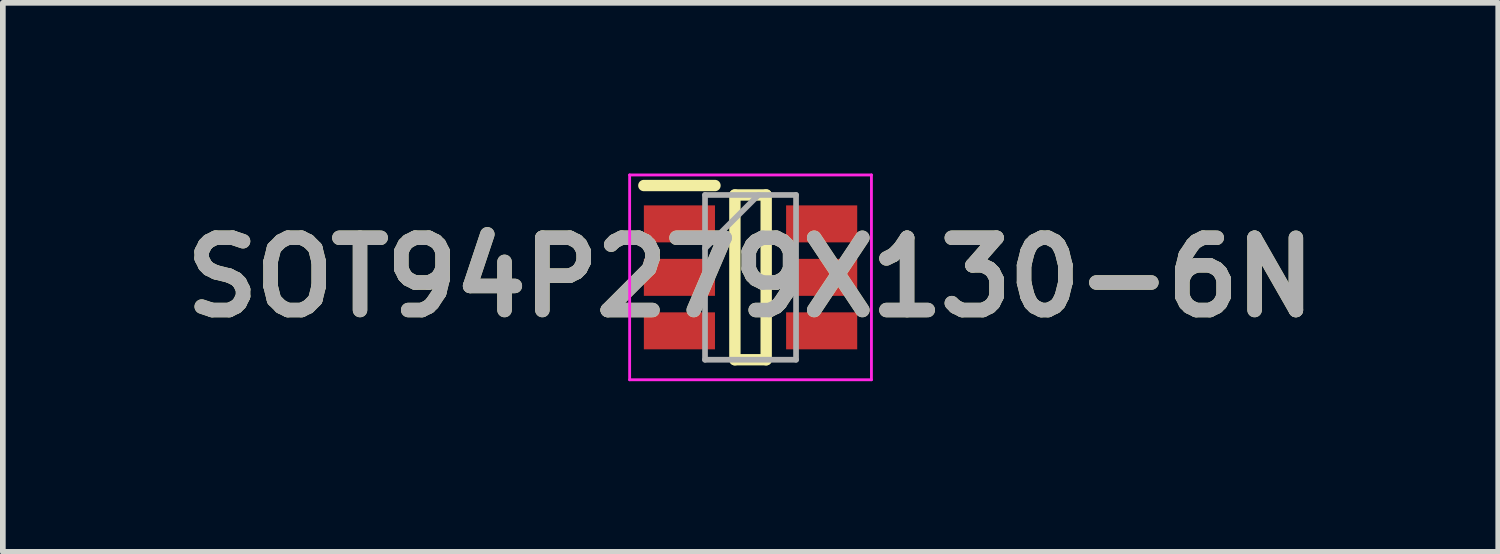
<source format=kicad_pcb>
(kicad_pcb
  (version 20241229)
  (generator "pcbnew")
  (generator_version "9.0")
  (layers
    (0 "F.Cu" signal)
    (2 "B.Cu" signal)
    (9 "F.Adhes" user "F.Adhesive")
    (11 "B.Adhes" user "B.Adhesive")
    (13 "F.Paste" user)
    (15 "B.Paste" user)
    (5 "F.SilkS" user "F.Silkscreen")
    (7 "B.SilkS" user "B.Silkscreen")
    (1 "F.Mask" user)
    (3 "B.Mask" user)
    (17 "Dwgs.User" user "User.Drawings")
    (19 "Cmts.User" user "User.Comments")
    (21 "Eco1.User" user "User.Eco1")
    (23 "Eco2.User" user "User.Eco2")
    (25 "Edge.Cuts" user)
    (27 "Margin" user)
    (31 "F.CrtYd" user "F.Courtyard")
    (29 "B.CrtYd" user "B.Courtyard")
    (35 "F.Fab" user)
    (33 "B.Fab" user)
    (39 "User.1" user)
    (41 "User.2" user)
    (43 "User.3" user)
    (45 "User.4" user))
  (footprint "SOT94P279X130-6N"
    (layer "F.Cu")
    (at 10.142 1.825)
    (property "Reference" "SOT94P279X130-6N" (at 0 0 0) (layer "F.SilkS") (effects (font (size 1.27 1.27) (thickness 0.254))))
    (attr smd)
    (fp_line (start -1.875 -1.614) (end -0.625 -1.614) (stroke (width 0.2) (type solid)) (layer "F.SilkS"))
    (fp_line (start -0.275 -1.448) (end 0.275 -1.448) (stroke (width 0.2) (type solid)) (layer "F.SilkS"))
    (fp_line (start -0.275 1.448) (end -0.275 -1.448) (stroke (width 0.2) (type solid)) (layer "F.SilkS"))
    (fp_line (start 0.275 -1.448) (end 0.275 1.448) (stroke (width 0.2) (type solid)) (layer "F.SilkS"))
    (fp_line (start 0.275 1.448) (end -0.275 1.448) (stroke (width 0.2) (type solid)) (layer "F.SilkS"))
    (fp_line (start -2.125 -1.8) (end 2.125 -1.8) (stroke (width 0.05) (type solid)) (layer "F.CrtYd"))
    (fp_line (start -2.125 1.8) (end -2.125 -1.8) (stroke (width 0.05) (type solid)) (layer "F.CrtYd"))
    (fp_line (start 2.125 -1.8) (end 2.125 1.8) (stroke (width 0.05) (type solid)) (layer "F.CrtYd"))
    (fp_line (start 2.125 1.8) (end -2.125 1.8) (stroke (width 0.05) (type solid)) (layer "F.CrtYd"))
    (fp_line (start -0.8 -1.448) (end 0.8 -1.448) (stroke (width 0.1) (type solid)) (layer "F.Fab"))
    (fp_line (start -0.8 -0.508) (end 0.14 -1.448) (stroke (width 0.1) (type solid)) (layer "F.Fab"))
    (fp_line (start -0.8 1.448) (end -0.8 -1.448) (stroke (width 0.1) (type solid)) (layer "F.Fab"))
    (fp_line (start 0.8 -1.448) (end 0.8 1.448) (stroke (width 0.1) (type solid)) (layer "F.Fab"))
    (fp_line (start 0.8 1.448) (end -0.8 1.448) (stroke (width 0.1) (type solid)) (layer "F.Fab"))
    (fp_text user "${REFERENCE}" (at 0 0 0) (layer "F.Fab") (effects (font (size 1.27 1.27) (thickness 0.254))))
    (pad "1" smd rect (at -1.25 -0.94 90) (size 0.65 1.25) (layers "F.Cu" "F.Mask" "F.Paste"))
    (pad "2" smd rect (at -1.25 0 90) (size 0.65 1.25) (layers "F.Cu" "F.Mask" "F.Paste"))
    (pad "3" smd rect (at -1.25 0.94 90) (size 0.65 1.25) (layers "F.Cu" "F.Mask" "F.Paste"))
    (pad "4" smd rect (at 1.25 0.94 90) (size 0.65 1.25) (layers "F.Cu" "F.Mask" "F.Paste"))
    (pad "5" smd rect (at 1.25 0 90) (size 0.65 1.25) (layers "F.Cu" "F.Mask" "F.Paste"))
    (pad "6" smd rect (at 1.25 -0.94 90) (size 0.65 1.25) (layers "F.Cu" "F.Mask" "F.Paste")))
  (gr_rect
    (start -3 -3)
    (end 23.284 6.65)
    (stroke (width 0.1) (type default))
    (fill no)
    (layer "Edge.Cuts")))
</source>
